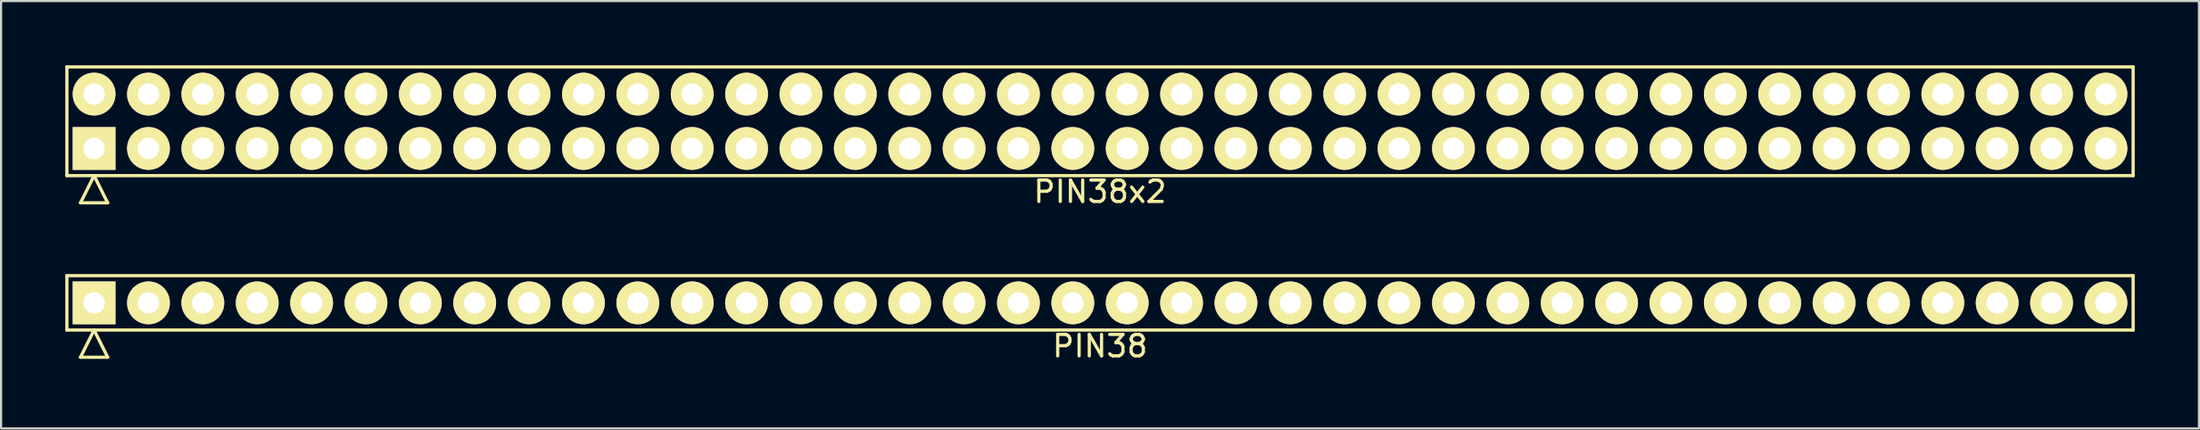
<source format=kicad_pcb>
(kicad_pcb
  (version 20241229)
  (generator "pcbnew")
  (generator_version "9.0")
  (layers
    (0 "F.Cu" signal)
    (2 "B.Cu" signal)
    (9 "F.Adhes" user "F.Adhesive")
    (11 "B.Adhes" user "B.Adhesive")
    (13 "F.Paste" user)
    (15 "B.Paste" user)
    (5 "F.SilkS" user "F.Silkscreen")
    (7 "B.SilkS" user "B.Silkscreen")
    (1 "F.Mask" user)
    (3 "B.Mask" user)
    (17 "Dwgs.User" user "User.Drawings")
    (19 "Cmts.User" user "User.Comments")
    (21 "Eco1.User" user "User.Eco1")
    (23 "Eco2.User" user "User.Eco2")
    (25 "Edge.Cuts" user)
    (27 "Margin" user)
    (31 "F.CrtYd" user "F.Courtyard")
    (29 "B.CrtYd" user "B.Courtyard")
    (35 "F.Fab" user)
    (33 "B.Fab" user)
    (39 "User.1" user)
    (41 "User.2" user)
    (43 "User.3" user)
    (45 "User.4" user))
  (footprint "PIN38x2"
    (layer "F.Cu")
    (at 48.335 2.615)
    (property "Reference" "PIN38x2" (at 0 3.29 0) (layer "F.SilkS") (effects (font (size 1 1) (thickness 0.15))))
    (attr through_hole)
    (fp_line (start -48.26 -2.54) (end -48.26 2.54) (stroke (width 0.15) (type solid)) (layer "F.SilkS"))
    (fp_line (start -48.26 2.54) (end 48.26 2.54) (stroke (width 0.15) (type solid)) (layer "F.SilkS"))
    (fp_line (start -47.625 3.81) (end -46.99 2.54) (stroke (width 0.15) (type solid)) (layer "F.SilkS"))
    (fp_line (start -47.625 3.81) (end -46.355 3.81) (stroke (width 0.15) (type solid)) (layer "F.SilkS"))
    (fp_line (start -46.355 3.81) (end -46.99 2.54) (stroke (width 0.15) (type solid)) (layer "F.SilkS"))
    (fp_line (start 48.26 -2.54) (end -48.26 -2.54) (stroke (width 0.15) (type solid)) (layer "F.SilkS"))
    (fp_line (start 48.26 2.54) (end 48.26 -2.54) (stroke (width 0.15) (type solid)) (layer "F.SilkS"))
    (pad "1" thru_hole rect (at -46.99 1.27) (size 2 2) (drill 1) (layers "*.Cu" "*.Mask" "F.SilkS"))
    (pad "2" thru_hole circle (at -46.99 -1.27) (size 2 2) (drill 1) (layers "*.Cu" "*.Mask" "F.SilkS"))
    (pad "3" thru_hole circle (at -44.45 1.27) (size 2 2) (drill 1) (layers "*.Cu" "*.Mask" "F.SilkS"))
    (pad "4" thru_hole circle (at -44.45 -1.27) (size 2 2) (drill 1) (layers "*.Cu" "*.Mask" "F.SilkS"))
    (pad "5" thru_hole circle (at -41.91 1.27) (size 2 2) (drill 1) (layers "*.Cu" "*.Mask" "F.SilkS"))
    (pad "6" thru_hole circle (at -41.91 -1.27) (size 2 2) (drill 1) (layers "*.Cu" "*.Mask" "F.SilkS"))
    (pad "7" thru_hole circle (at -39.37 1.27) (size 2 2) (drill 1) (layers "*.Cu" "*.Mask" "F.SilkS"))
    (pad "8" thru_hole circle (at -39.37 -1.27) (size 2 2) (drill 1) (layers "*.Cu" "*.Mask" "F.SilkS"))
    (pad "9" thru_hole circle (at -36.83 1.27) (size 2 2) (drill 1) (layers "*.Cu" "*.Mask" "F.SilkS"))
    (pad "10" thru_hole circle (at -36.83 -1.27) (size 2 2) (drill 1) (layers "*.Cu" "*.Mask" "F.SilkS"))
    (pad "11" thru_hole circle (at -34.29 1.27) (size 2 2) (drill 1) (layers "*.Cu" "*.Mask" "F.SilkS"))
    (pad "12" thru_hole circle (at -34.29 -1.27) (size 2 2) (drill 1) (layers "*.Cu" "*.Mask" "F.SilkS"))
    (pad "13" thru_hole circle (at -31.75 1.27) (size 2 2) (drill 1) (layers "*.Cu" "*.Mask" "F.SilkS"))
    (pad "14" thru_hole circle (at -31.75 -1.27) (size 2 2) (drill 1) (layers "*.Cu" "*.Mask" "F.SilkS"))
    (pad "15" thru_hole circle (at -29.21 1.27) (size 2 2) (drill 1) (layers "*.Cu" "*.Mask" "F.SilkS"))
    (pad "16" thru_hole circle (at -29.21 -1.27) (size 2 2) (drill 1) (layers "*.Cu" "*.Mask" "F.SilkS"))
    (pad "17" thru_hole circle (at -26.67 1.27) (size 2 2) (drill 1) (layers "*.Cu" "*.Mask" "F.SilkS"))
    (pad "18" thru_hole circle (at -26.67 -1.27) (size 2 2) (drill 1) (layers "*.Cu" "*.Mask" "F.SilkS"))
    (pad "19" thru_hole circle (at -24.13 1.27) (size 2 2) (drill 1) (layers "*.Cu" "*.Mask" "F.SilkS"))
    (pad "20" thru_hole circle (at -24.13 -1.27) (size 2 2) (drill 1) (layers "*.Cu" "*.Mask" "F.SilkS"))
    (pad "21" thru_hole circle (at -21.59 1.27) (size 2 2) (drill 1) (layers "*.Cu" "*.Mask" "F.SilkS"))
    (pad "22" thru_hole circle (at -21.59 -1.27) (size 2 2) (drill 1) (layers "*.Cu" "*.Mask" "F.SilkS"))
    (pad "23" thru_hole circle (at -19.05 1.27) (size 2 2) (drill 1) (layers "*.Cu" "*.Mask" "F.SilkS"))
    (pad "24" thru_hole circle (at -19.05 -1.27) (size 2 2) (drill 1) (layers "*.Cu" "*.Mask" "F.SilkS"))
    (pad "25" thru_hole circle (at -16.51 1.27) (size 2 2) (drill 1) (layers "*.Cu" "*.Mask" "F.SilkS"))
    (pad "26" thru_hole circle (at -16.51 -1.27) (size 2 2) (drill 1) (layers "*.Cu" "*.Mask" "F.SilkS"))
    (pad "27" thru_hole circle (at -13.97 1.27) (size 2 2) (drill 1) (layers "*.Cu" "*.Mask" "F.SilkS"))
    (pad "28" thru_hole circle (at -13.97 -1.27) (size 2 2) (drill 1) (layers "*.Cu" "*.Mask" "F.SilkS"))
    (pad "29" thru_hole circle (at -11.43 1.27) (size 2 2) (drill 1) (layers "*.Cu" "*.Mask" "F.SilkS"))
    (pad "30" thru_hole circle (at -11.43 -1.27) (size 2 2) (drill 1) (layers "*.Cu" "*.Mask" "F.SilkS"))
    (pad "31" thru_hole circle (at -8.89 1.27) (size 2 2) (drill 1) (layers "*.Cu" "*.Mask" "F.SilkS"))
    (pad "32" thru_hole circle (at -8.89 -1.27) (size 2 2) (drill 1) (layers "*.Cu" "*.Mask" "F.SilkS"))
    (pad "33" thru_hole circle (at -6.35 1.27) (size 2 2) (drill 1) (layers "*.Cu" "*.Mask" "F.SilkS"))
    (pad "34" thru_hole circle (at -6.35 -1.27) (size 2 2) (drill 1) (layers "*.Cu" "*.Mask" "F.SilkS"))
    (pad "35" thru_hole circle (at -3.81 1.27) (size 2 2) (drill 1) (layers "*.Cu" "*.Mask" "F.SilkS"))
    (pad "36" thru_hole circle (at -3.81 -1.27) (size 2 2) (drill 1) (layers "*.Cu" "*.Mask" "F.SilkS"))
    (pad "37" thru_hole circle (at -1.27 1.27) (size 2 2) (drill 1) (layers "*.Cu" "*.Mask" "F.SilkS"))
    (pad "38" thru_hole circle (at -1.27 -1.27) (size 2 2) (drill 1) (layers "*.Cu" "*.Mask" "F.SilkS"))
    (pad "39" thru_hole circle (at 1.27 1.27) (size 2 2) (drill 1) (layers "*.Cu" "*.Mask" "F.SilkS"))
    (pad "40" thru_hole circle (at 1.27 -1.27) (size 2 2) (drill 1) (layers "*.Cu" "*.Mask" "F.SilkS"))
    (pad "41" thru_hole circle (at 3.81 1.27) (size 2 2) (drill 1) (layers "*.Cu" "*.Mask" "F.SilkS"))
    (pad "42" thru_hole circle (at 3.81 -1.27) (size 2 2) (drill 1) (layers "*.Cu" "*.Mask" "F.SilkS"))
    (pad "43" thru_hole circle (at 6.35 1.27) (size 2 2) (drill 1) (layers "*.Cu" "*.Mask" "F.SilkS"))
    (pad "44" thru_hole circle (at 6.35 -1.27) (size 2 2) (drill 1) (layers "*.Cu" "*.Mask" "F.SilkS"))
    (pad "45" thru_hole circle (at 8.89 1.27) (size 2 2) (drill 1) (layers "*.Cu" "*.Mask" "F.SilkS"))
    (pad "46" thru_hole circle (at 8.89 -1.27) (size 2 2) (drill 1) (layers "*.Cu" "*.Mask" "F.SilkS"))
    (pad "47" thru_hole circle (at 11.43 1.27) (size 2 2) (drill 1) (layers "*.Cu" "*.Mask" "F.SilkS"))
    (pad "48" thru_hole circle (at 11.43 -1.27) (size 2 2) (drill 1) (layers "*.Cu" "*.Mask" "F.SilkS"))
    (pad "49" thru_hole circle (at 13.97 1.27) (size 2 2) (drill 1) (layers "*.Cu" "*.Mask" "F.SilkS"))
    (pad "50" thru_hole circle (at 13.97 -1.27) (size 2 2) (drill 1) (layers "*.Cu" "*.Mask" "F.SilkS"))
    (pad "51" thru_hole circle (at 16.51 1.27) (size 2 2) (drill 1) (layers "*.Cu" "*.Mask" "F.SilkS"))
    (pad "52" thru_hole circle (at 16.51 -1.27) (size 2 2) (drill 1) (layers "*.Cu" "*.Mask" "F.SilkS"))
    (pad "53" thru_hole circle (at 19.05 1.27) (size 2 2) (drill 1) (layers "*.Cu" "*.Mask" "F.SilkS"))
    (pad "54" thru_hole circle (at 19.05 -1.27) (size 2 2) (drill 1) (layers "*.Cu" "*.Mask" "F.SilkS"))
    (pad "55" thru_hole circle (at 21.59 1.27) (size 2 2) (drill 1) (layers "*.Cu" "*.Mask" "F.SilkS"))
    (pad "56" thru_hole circle (at 21.59 -1.27) (size 2 2) (drill 1) (layers "*.Cu" "*.Mask" "F.SilkS"))
    (pad "57" thru_hole circle (at 24.13 1.27) (size 2 2) (drill 1) (layers "*.Cu" "*.Mask" "F.SilkS"))
    (pad "58" thru_hole circle (at 24.13 -1.27) (size 2 2) (drill 1) (layers "*.Cu" "*.Mask" "F.SilkS"))
    (pad "59" thru_hole circle (at 26.67 1.27) (size 2 2) (drill 1) (layers "*.Cu" "*.Mask" "F.SilkS"))
    (pad "60" thru_hole circle (at 26.67 -1.27) (size 2 2) (drill 1) (layers "*.Cu" "*.Mask" "F.SilkS"))
    (pad "61" thru_hole circle (at 29.21 1.27) (size 2 2) (drill 1) (layers "*.Cu" "*.Mask" "F.SilkS"))
    (pad "62" thru_hole circle (at 29.21 -1.27) (size 2 2) (drill 1) (layers "*.Cu" "*.Mask" "F.SilkS"))
    (pad "63" thru_hole circle (at 31.75 1.27) (size 2 2) (drill 1) (layers "*.Cu" "*.Mask" "F.SilkS"))
    (pad "64" thru_hole circle (at 31.75 -1.27) (size 2 2) (drill 1) (layers "*.Cu" "*.Mask" "F.SilkS"))
    (pad "65" thru_hole circle (at 34.29 1.27) (size 2 2) (drill 1) (layers "*.Cu" "*.Mask" "F.SilkS"))
    (pad "66" thru_hole circle (at 34.29 -1.27) (size 2 2) (drill 1) (layers "*.Cu" "*.Mask" "F.SilkS"))
    (pad "67" thru_hole circle (at 36.83 1.27) (size 2 2) (drill 1) (layers "*.Cu" "*.Mask" "F.SilkS"))
    (pad "68" thru_hole circle (at 36.83 -1.27) (size 2 2) (drill 1) (layers "*.Cu" "*.Mask" "F.SilkS"))
    (pad "69" thru_hole circle (at 39.37 1.27) (size 2 2) (drill 1) (layers "*.Cu" "*.Mask" "F.SilkS"))
    (pad "70" thru_hole circle (at 39.37 -1.27) (size 2 2) (drill 1) (layers "*.Cu" "*.Mask" "F.SilkS"))
    (pad "71" thru_hole circle (at 41.91 1.27) (size 2 2) (drill 1) (layers "*.Cu" "*.Mask" "F.SilkS"))
    (pad "72" thru_hole circle (at 41.91 -1.27) (size 2 2) (drill 1) (layers "*.Cu" "*.Mask" "F.SilkS"))
    (pad "73" thru_hole circle (at 44.45 1.27) (size 2 2) (drill 1) (layers "*.Cu" "*.Mask" "F.SilkS"))
    (pad "74" thru_hole circle (at 44.45 -1.27) (size 2 2) (drill 1) (layers "*.Cu" "*.Mask" "F.SilkS"))
    (pad "75" thru_hole circle (at 46.99 1.27) (size 2 2) (drill 1) (layers "*.Cu" "*.Mask" "F.SilkS"))
    (pad "76" thru_hole circle (at 46.99 -1.27) (size 2 2) (drill 1) (layers "*.Cu" "*.Mask" "F.SilkS")))
  (footprint "PIN38"
    (layer "F.Cu")
    (at 48.335 11.098)
    (property "Reference" "PIN38" (at 0 2.02 0) (layer "F.SilkS") (effects (font (size 1 1) (thickness 0.15))))
    (attr through_hole)
    (fp_line (start -48.26 -1.27) (end -48.26 1.27) (stroke (width 0.15) (type solid)) (layer "F.SilkS"))
    (fp_line (start -48.26 1.27) (end 48.26 1.27) (stroke (width 0.15) (type solid)) (layer "F.SilkS"))
    (fp_line (start -47.625 2.54) (end -46.99 1.27) (stroke (width 0.15) (type solid)) (layer "F.SilkS"))
    (fp_line (start -47.625 2.54) (end -46.355 2.54) (stroke (width 0.15) (type solid)) (layer "F.SilkS"))
    (fp_line (start -46.355 2.54) (end -46.99 1.27) (stroke (width 0.15) (type solid)) (layer "F.SilkS"))
    (fp_line (start 48.26 -1.27) (end -48.26 -1.27) (stroke (width 0.15) (type solid)) (layer "F.SilkS"))
    (fp_line (start 48.26 1.27) (end 48.26 -1.27) (stroke (width 0.15) (type solid)) (layer "F.SilkS"))
    (pad "1" thru_hole rect (at -46.99 0) (size 2 2) (drill 1) (layers "*.Cu" "*.Mask" "F.SilkS"))
    (pad "2" thru_hole circle (at -44.45 0) (size 2 2) (drill 1) (layers "*.Cu" "*.Mask" "F.SilkS"))
    (pad "3" thru_hole circle (at -41.91 0) (size 2 2) (drill 1) (layers "*.Cu" "*.Mask" "F.SilkS"))
    (pad "4" thru_hole circle (at -39.37 0) (size 2 2) (drill 1) (layers "*.Cu" "*.Mask" "F.SilkS"))
    (pad "5" thru_hole circle (at -36.83 0) (size 2 2) (drill 1) (layers "*.Cu" "*.Mask" "F.SilkS"))
    (pad "6" thru_hole circle (at -34.29 0) (size 2 2) (drill 1) (layers "*.Cu" "*.Mask" "F.SilkS"))
    (pad "7" thru_hole circle (at -31.75 0) (size 2 2) (drill 1) (layers "*.Cu" "*.Mask" "F.SilkS"))
    (pad "8" thru_hole circle (at -29.21 0) (size 2 2) (drill 1) (layers "*.Cu" "*.Mask" "F.SilkS"))
    (pad "9" thru_hole circle (at -26.67 0) (size 2 2) (drill 1) (layers "*.Cu" "*.Mask" "F.SilkS"))
    (pad "10" thru_hole circle (at -24.13 0) (size 2 2) (drill 1) (layers "*.Cu" "*.Mask" "F.SilkS"))
    (pad "11" thru_hole circle (at -21.59 0) (size 2 2) (drill 1) (layers "*.Cu" "*.Mask" "F.SilkS"))
    (pad "12" thru_hole circle (at -19.05 0) (size 2 2) (drill 1) (layers "*.Cu" "*.Mask" "F.SilkS"))
    (pad "13" thru_hole circle (at -16.51 0) (size 2 2) (drill 1) (layers "*.Cu" "*.Mask" "F.SilkS"))
    (pad "14" thru_hole circle (at -13.97 0) (size 2 2) (drill 1) (layers "*.Cu" "*.Mask" "F.SilkS"))
    (pad "15" thru_hole circle (at -11.43 0) (size 2 2) (drill 1) (layers "*.Cu" "*.Mask" "F.SilkS"))
    (pad "16" thru_hole circle (at -8.89 0) (size 2 2) (drill 1) (layers "*.Cu" "*.Mask" "F.SilkS"))
    (pad "17" thru_hole circle (at -6.35 0) (size 2 2) (drill 1) (layers "*.Cu" "*.Mask" "F.SilkS"))
    (pad "18" thru_hole circle (at -3.81 0) (size 2 2) (drill 1) (layers "*.Cu" "*.Mask" "F.SilkS"))
    (pad "19" thru_hole circle (at -1.27 0) (size 2 2) (drill 1) (layers "*.Cu" "*.Mask" "F.SilkS"))
    (pad "20" thru_hole circle (at 1.27 0) (size 2 2) (drill 1) (layers "*.Cu" "*.Mask" "F.SilkS"))
    (pad "21" thru_hole circle (at 3.81 0) (size 2 2) (drill 1) (layers "*.Cu" "*.Mask" "F.SilkS"))
    (pad "22" thru_hole circle (at 6.35 0) (size 2 2) (drill 1) (layers "*.Cu" "*.Mask" "F.SilkS"))
    (pad "23" thru_hole circle (at 8.89 0) (size 2 2) (drill 1) (layers "*.Cu" "*.Mask" "F.SilkS"))
    (pad "24" thru_hole circle (at 11.43 0) (size 2 2) (drill 1) (layers "*.Cu" "*.Mask" "F.SilkS"))
    (pad "25" thru_hole circle (at 13.97 0) (size 2 2) (drill 1) (layers "*.Cu" "*.Mask" "F.SilkS"))
    (pad "26" thru_hole circle (at 16.51 0) (size 2 2) (drill 1) (layers "*.Cu" "*.Mask" "F.SilkS"))
    (pad "27" thru_hole circle (at 19.05 0) (size 2 2) (drill 1) (layers "*.Cu" "*.Mask" "F.SilkS"))
    (pad "28" thru_hole circle (at 21.59 0) (size 2 2) (drill 1) (layers "*.Cu" "*.Mask" "F.SilkS"))
    (pad "29" thru_hole circle (at 24.13 0) (size 2 2) (drill 1) (layers "*.Cu" "*.Mask" "F.SilkS"))
    (pad "30" thru_hole circle (at 26.67 0) (size 2 2) (drill 1) (layers "*.Cu" "*.Mask" "F.SilkS"))
    (pad "31" thru_hole circle (at 29.21 0) (size 2 2) (drill 1) (layers "*.Cu" "*.Mask" "F.SilkS"))
    (pad "32" thru_hole circle (at 31.75 0) (size 2 2) (drill 1) (layers "*.Cu" "*.Mask" "F.SilkS"))
    (pad "33" thru_hole circle (at 34.29 0) (size 2 2) (drill 1) (layers "*.Cu" "*.Mask" "F.SilkS"))
    (pad "34" thru_hole circle (at 36.83 0) (size 2 2) (drill 1) (layers "*.Cu" "*.Mask" "F.SilkS"))
    (pad "35" thru_hole circle (at 39.37 0) (size 2 2) (drill 1) (layers "*.Cu" "*.Mask" "F.SilkS"))
    (pad "36" thru_hole circle (at 41.91 0) (size 2 2) (drill 1) (layers "*.Cu" "*.Mask" "F.SilkS"))
    (pad "37" thru_hole circle (at 44.45 0) (size 2 2) (drill 1) (layers "*.Cu" "*.Mask" "F.SilkS"))
    (pad "38" thru_hole circle (at 46.99 0) (size 2 2) (drill 1) (layers "*.Cu" "*.Mask" "F.SilkS")))
  (gr_rect
    (start -3 -3)
    (end 99.67 16.966)
    (stroke (width 0.1) (type default))
    (fill no)
    (layer "Edge.Cuts")))
</source>
